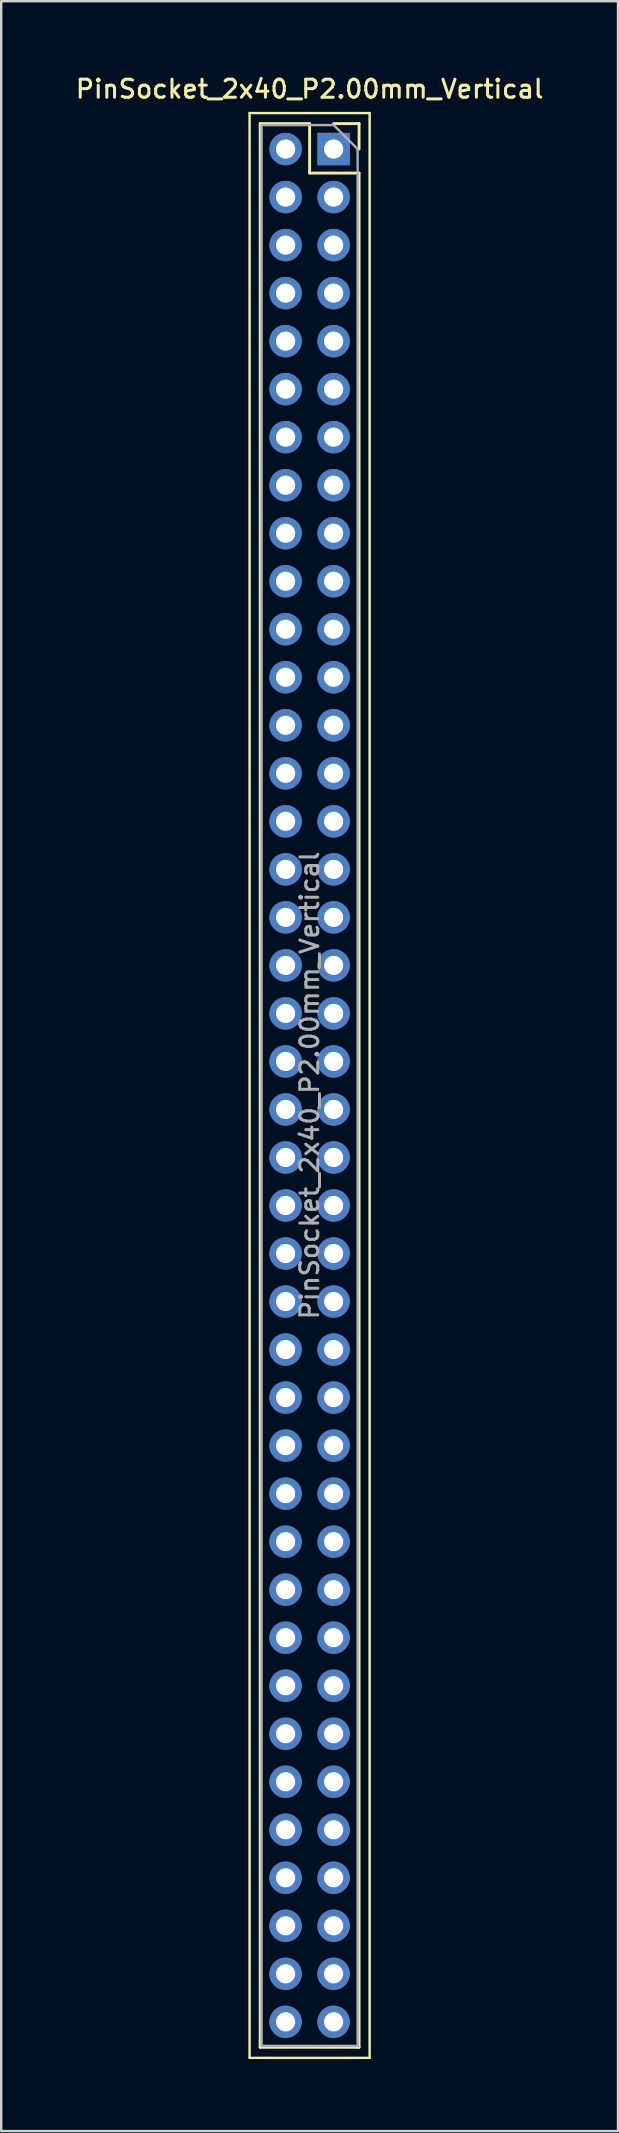
<source format=kicad_pcb>
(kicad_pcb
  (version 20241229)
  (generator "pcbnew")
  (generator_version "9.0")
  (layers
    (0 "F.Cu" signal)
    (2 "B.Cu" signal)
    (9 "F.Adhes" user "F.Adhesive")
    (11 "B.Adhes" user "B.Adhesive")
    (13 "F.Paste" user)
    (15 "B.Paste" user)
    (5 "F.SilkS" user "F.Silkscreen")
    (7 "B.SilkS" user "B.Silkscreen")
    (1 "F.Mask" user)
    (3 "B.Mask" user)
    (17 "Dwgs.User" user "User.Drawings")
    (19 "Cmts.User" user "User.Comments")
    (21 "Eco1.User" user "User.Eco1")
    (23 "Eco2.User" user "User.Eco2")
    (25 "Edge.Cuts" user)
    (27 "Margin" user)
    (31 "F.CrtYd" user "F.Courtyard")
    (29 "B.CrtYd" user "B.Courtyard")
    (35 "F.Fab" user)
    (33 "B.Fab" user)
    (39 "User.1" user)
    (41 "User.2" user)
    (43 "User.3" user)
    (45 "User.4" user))
  (footprint "PinSocket_2x40_P2.00mm_Vertical"
    (layer "F.Cu")
    (at 10.845 3.158)
    (property "Reference" "PinSocket_2x40_P2.00mm_Vertical" (at -1 -2.5 0) (layer "F.SilkS") (effects (font (size 0.75 0.75) (thickness 0.125))))
    (attr through_hole)
    (fp_line (start -3.5 -1.5) (end 1.5 -1.5) (stroke (width 0.1) (type solid)) (layer "F.SilkS"))
    (fp_line (start -3.5 79.5) (end -3.5 -1.5) (stroke (width 0.1) (type solid)) (layer "F.SilkS"))
    (fp_line (start -3.06 -1.06) (end -3.06 79.06) (stroke (width 0.12) (type solid)) (layer "F.SilkS"))
    (fp_line (start -3.06 -1.06) (end -1 -1.06) (stroke (width 0.12) (type solid)) (layer "F.SilkS"))
    (fp_line (start -3.06 79.06) (end 1.06 79.06) (stroke (width 0.12) (type solid)) (layer "F.SilkS"))
    (fp_line (start -1 -1.06) (end -1 1) (stroke (width 0.12) (type solid)) (layer "F.SilkS"))
    (fp_line (start -1 1) (end 1.06 1) (stroke (width 0.12) (type solid)) (layer "F.SilkS"))
    (fp_line (start 0 -1.06) (end 1.06 -1.06) (stroke (width 0.12) (type solid)) (layer "F.SilkS"))
    (fp_line (start 1.06 -1.06) (end 1.06 0) (stroke (width 0.12) (type solid)) (layer "F.SilkS"))
    (fp_line (start 1.06 1) (end 1.06 79.06) (stroke (width 0.12) (type solid)) (layer "F.SilkS"))
    (fp_line (start 1.5 -1.5) (end 1.5 79.5) (stroke (width 0.1) (type solid)) (layer "F.SilkS"))
    (fp_line (start 1.5 79.5) (end -3.5 79.5) (stroke (width 0.1) (type solid)) (layer "F.SilkS"))
    (fp_line (start -3 -1) (end 0 -1) (stroke (width 0.1) (type solid)) (layer "F.Fab"))
    (fp_line (start -3 79) (end -3 -1) (stroke (width 0.1) (type solid)) (layer "F.Fab"))
    (fp_line (start 0 -1) (end 1 0) (stroke (width 0.1) (type solid)) (layer "F.Fab"))
    (fp_line (start 1 0) (end 1 79) (stroke (width 0.1) (type solid)) (layer "F.Fab"))
    (fp_line (start 1 79) (end -3 79) (stroke (width 0.1) (type solid)) (layer "F.Fab"))
    (fp_text user "${REFERENCE}" (at -1 39 90) (layer "F.Fab") (effects (font (size 0.75 0.75) (thickness 0.125))))
    (pad "1" thru_hole rect (at 0 0) (size 1.35 1.35) (drill 0.8) (layers "*.Cu" "*.Mask"))
    (pad "2" thru_hole oval (at -2 0) (size 1.35 1.35) (drill 0.8) (layers "*.Cu" "*.Mask"))
    (pad "3" thru_hole oval (at 0 2) (size 1.35 1.35) (drill 0.8) (layers "*.Cu" "*.Mask"))
    (pad "4" thru_hole oval (at -2 2) (size 1.35 1.35) (drill 0.8) (layers "*.Cu" "*.Mask"))
    (pad "5" thru_hole oval (at 0 4) (size 1.35 1.35) (drill 0.8) (layers "*.Cu" "*.Mask"))
    (pad "6" thru_hole oval (at -2 4) (size 1.35 1.35) (drill 0.8) (layers "*.Cu" "*.Mask"))
    (pad "7" thru_hole oval (at 0 6) (size 1.35 1.35) (drill 0.8) (layers "*.Cu" "*.Mask"))
    (pad "8" thru_hole oval (at -2 6) (size 1.35 1.35) (drill 0.8) (layers "*.Cu" "*.Mask"))
    (pad "9" thru_hole oval (at 0 8) (size 1.35 1.35) (drill 0.8) (layers "*.Cu" "*.Mask"))
    (pad "10" thru_hole oval (at -2 8) (size 1.35 1.35) (drill 0.8) (layers "*.Cu" "*.Mask"))
    (pad "11" thru_hole oval (at 0 10) (size 1.35 1.35) (drill 0.8) (layers "*.Cu" "*.Mask"))
    (pad "12" thru_hole oval (at -2 10) (size 1.35 1.35) (drill 0.8) (layers "*.Cu" "*.Mask"))
    (pad "13" thru_hole oval (at 0 12) (size 1.35 1.35) (drill 0.8) (layers "*.Cu" "*.Mask"))
    (pad "14" thru_hole oval (at -2 12) (size 1.35 1.35) (drill 0.8) (layers "*.Cu" "*.Mask"))
    (pad "15" thru_hole oval (at 0 14) (size 1.35 1.35) (drill 0.8) (layers "*.Cu" "*.Mask"))
    (pad "16" thru_hole oval (at -2 14) (size 1.35 1.35) (drill 0.8) (layers "*.Cu" "*.Mask"))
    (pad "17" thru_hole oval (at 0 16) (size 1.35 1.35) (drill 0.8) (layers "*.Cu" "*.Mask"))
    (pad "18" thru_hole oval (at -2 16) (size 1.35 1.35) (drill 0.8) (layers "*.Cu" "*.Mask"))
    (pad "19" thru_hole oval (at 0 18) (size 1.35 1.35) (drill 0.8) (layers "*.Cu" "*.Mask"))
    (pad "20" thru_hole oval (at -2 18) (size 1.35 1.35) (drill 0.8) (layers "*.Cu" "*.Mask"))
    (pad "21" thru_hole oval (at 0 20) (size 1.35 1.35) (drill 0.8) (layers "*.Cu" "*.Mask"))
    (pad "22" thru_hole oval (at -2 20) (size 1.35 1.35) (drill 0.8) (layers "*.Cu" "*.Mask"))
    (pad "23" thru_hole oval (at 0 22) (size 1.35 1.35) (drill 0.8) (layers "*.Cu" "*.Mask"))
    (pad "24" thru_hole oval (at -2 22) (size 1.35 1.35) (drill 0.8) (layers "*.Cu" "*.Mask"))
    (pad "25" thru_hole oval (at 0 24) (size 1.35 1.35) (drill 0.8) (layers "*.Cu" "*.Mask"))
    (pad "26" thru_hole oval (at -2 24) (size 1.35 1.35) (drill 0.8) (layers "*.Cu" "*.Mask"))
    (pad "27" thru_hole oval (at 0 26) (size 1.35 1.35) (drill 0.8) (layers "*.Cu" "*.Mask"))
    (pad "28" thru_hole oval (at -2 26) (size 1.35 1.35) (drill 0.8) (layers "*.Cu" "*.Mask"))
    (pad "29" thru_hole oval (at 0 28) (size 1.35 1.35) (drill 0.8) (layers "*.Cu" "*.Mask"))
    (pad "30" thru_hole oval (at -2 28) (size 1.35 1.35) (drill 0.8) (layers "*.Cu" "*.Mask"))
    (pad "31" thru_hole oval (at 0 30) (size 1.35 1.35) (drill 0.8) (layers "*.Cu" "*.Mask"))
    (pad "32" thru_hole oval (at -2 30) (size 1.35 1.35) (drill 0.8) (layers "*.Cu" "*.Mask"))
    (pad "33" thru_hole oval (at 0 32) (size 1.35 1.35) (drill 0.8) (layers "*.Cu" "*.Mask"))
    (pad "34" thru_hole oval (at -2 32) (size 1.35 1.35) (drill 0.8) (layers "*.Cu" "*.Mask"))
    (pad "35" thru_hole oval (at 0 34) (size 1.35 1.35) (drill 0.8) (layers "*.Cu" "*.Mask"))
    (pad "36" thru_hole oval (at -2 34) (size 1.35 1.35) (drill 0.8) (layers "*.Cu" "*.Mask"))
    (pad "37" thru_hole oval (at 0 36) (size 1.35 1.35) (drill 0.8) (layers "*.Cu" "*.Mask"))
    (pad "38" thru_hole oval (at -2 36) (size 1.35 1.35) (drill 0.8) (layers "*.Cu" "*.Mask"))
    (pad "39" thru_hole oval (at 0 38) (size 1.35 1.35) (drill 0.8) (layers "*.Cu" "*.Mask"))
    (pad "40" thru_hole oval (at -2 38) (size 1.35 1.35) (drill 0.8) (layers "*.Cu" "*.Mask"))
    (pad "41" thru_hole oval (at 0 40) (size 1.35 1.35) (drill 0.8) (layers "*.Cu" "*.Mask"))
    (pad "42" thru_hole oval (at -2 40) (size 1.35 1.35) (drill 0.8) (layers "*.Cu" "*.Mask"))
    (pad "43" thru_hole oval (at 0 42) (size 1.35 1.35) (drill 0.8) (layers "*.Cu" "*.Mask"))
    (pad "44" thru_hole oval (at -2 42) (size 1.35 1.35) (drill 0.8) (layers "*.Cu" "*.Mask"))
    (pad "45" thru_hole oval (at 0 44) (size 1.35 1.35) (drill 0.8) (layers "*.Cu" "*.Mask"))
    (pad "46" thru_hole oval (at -2 44) (size 1.35 1.35) (drill 0.8) (layers "*.Cu" "*.Mask"))
    (pad "47" thru_hole oval (at 0 46) (size 1.35 1.35) (drill 0.8) (layers "*.Cu" "*.Mask"))
    (pad "48" thru_hole oval (at -2 46) (size 1.35 1.35) (drill 0.8) (layers "*.Cu" "*.Mask"))
    (pad "49" thru_hole oval (at 0 48) (size 1.35 1.35) (drill 0.8) (layers "*.Cu" "*.Mask"))
    (pad "50" thru_hole oval (at -2 48) (size 1.35 1.35) (drill 0.8) (layers "*.Cu" "*.Mask"))
    (pad "51" thru_hole oval (at 0 50) (size 1.35 1.35) (drill 0.8) (layers "*.Cu" "*.Mask"))
    (pad "52" thru_hole oval (at -2 50) (size 1.35 1.35) (drill 0.8) (layers "*.Cu" "*.Mask"))
    (pad "53" thru_hole oval (at 0 52) (size 1.35 1.35) (drill 0.8) (layers "*.Cu" "*.Mask"))
    (pad "54" thru_hole oval (at -2 52) (size 1.35 1.35) (drill 0.8) (layers "*.Cu" "*.Mask"))
    (pad "55" thru_hole oval (at 0 54) (size 1.35 1.35) (drill 0.8) (layers "*.Cu" "*.Mask"))
    (pad "56" thru_hole oval (at -2 54) (size 1.35 1.35) (drill 0.8) (layers "*.Cu" "*.Mask"))
    (pad "57" thru_hole oval (at 0 56) (size 1.35 1.35) (drill 0.8) (layers "*.Cu" "*.Mask"))
    (pad "58" thru_hole oval (at -2 56) (size 1.35 1.35) (drill 0.8) (layers "*.Cu" "*.Mask"))
    (pad "59" thru_hole oval (at 0 58) (size 1.35 1.35) (drill 0.8) (layers "*.Cu" "*.Mask"))
    (pad "60" thru_hole oval (at -2 58) (size 1.35 1.35) (drill 0.8) (layers "*.Cu" "*.Mask"))
    (pad "61" thru_hole oval (at 0 60) (size 1.35 1.35) (drill 0.8) (layers "*.Cu" "*.Mask"))
    (pad "62" thru_hole oval (at -2 60) (size 1.35 1.35) (drill 0.8) (layers "*.Cu" "*.Mask"))
    (pad "63" thru_hole oval (at 0 62) (size 1.35 1.35) (drill 0.8) (layers "*.Cu" "*.Mask"))
    (pad "64" thru_hole oval (at -2 62) (size 1.35 1.35) (drill 0.8) (layers "*.Cu" "*.Mask"))
    (pad "65" thru_hole oval (at 0 64) (size 1.35 1.35) (drill 0.8) (layers "*.Cu" "*.Mask"))
    (pad "66" thru_hole oval (at -2 64) (size 1.35 1.35) (drill 0.8) (layers "*.Cu" "*.Mask"))
    (pad "67" thru_hole oval (at 0 66) (size 1.35 1.35) (drill 0.8) (layers "*.Cu" "*.Mask"))
    (pad "68" thru_hole oval (at -2 66) (size 1.35 1.35) (drill 0.8) (layers "*.Cu" "*.Mask"))
    (pad "69" thru_hole oval (at 0 68) (size 1.35 1.35) (drill 0.8) (layers "*.Cu" "*.Mask"))
    (pad "70" thru_hole oval (at -2 68) (size 1.35 1.35) (drill 0.8) (layers "*.Cu" "*.Mask"))
    (pad "71" thru_hole oval (at 0 70) (size 1.35 1.35) (drill 0.8) (layers "*.Cu" "*.Mask"))
    (pad "72" thru_hole oval (at -2 70) (size 1.35 1.35) (drill 0.8) (layers "*.Cu" "*.Mask"))
    (pad "73" thru_hole oval (at 0 72) (size 1.35 1.35) (drill 0.8) (layers "*.Cu" "*.Mask"))
    (pad "74" thru_hole oval (at -2 72) (size 1.35 1.35) (drill 0.8) (layers "*.Cu" "*.Mask"))
    (pad "75" thru_hole oval (at 0 74) (size 1.35 1.35) (drill 0.8) (layers "*.Cu" "*.Mask"))
    (pad "76" thru_hole oval (at -2 74) (size 1.35 1.35) (drill 0.8) (layers "*.Cu" "*.Mask"))
    (pad "77" thru_hole oval (at 0 76) (size 1.35 1.35) (drill 0.8) (layers "*.Cu" "*.Mask"))
    (pad "78" thru_hole oval (at -2 76) (size 1.35 1.35) (drill 0.8) (layers "*.Cu" "*.Mask"))
    (pad "79" thru_hole oval (at 0 78) (size 1.35 1.35) (drill 0.8) (layers "*.Cu" "*.Mask"))
    (pad "80" thru_hole oval (at -2 78) (size 1.35 1.35) (drill 0.8) (layers "*.Cu" "*.Mask")))
  (gr_rect
    (start -3 -3)
    (end 22.689 85.708)
    (stroke (width 0.1) (type default))
    (fill no)
    (layer "Edge.Cuts")))
</source>
